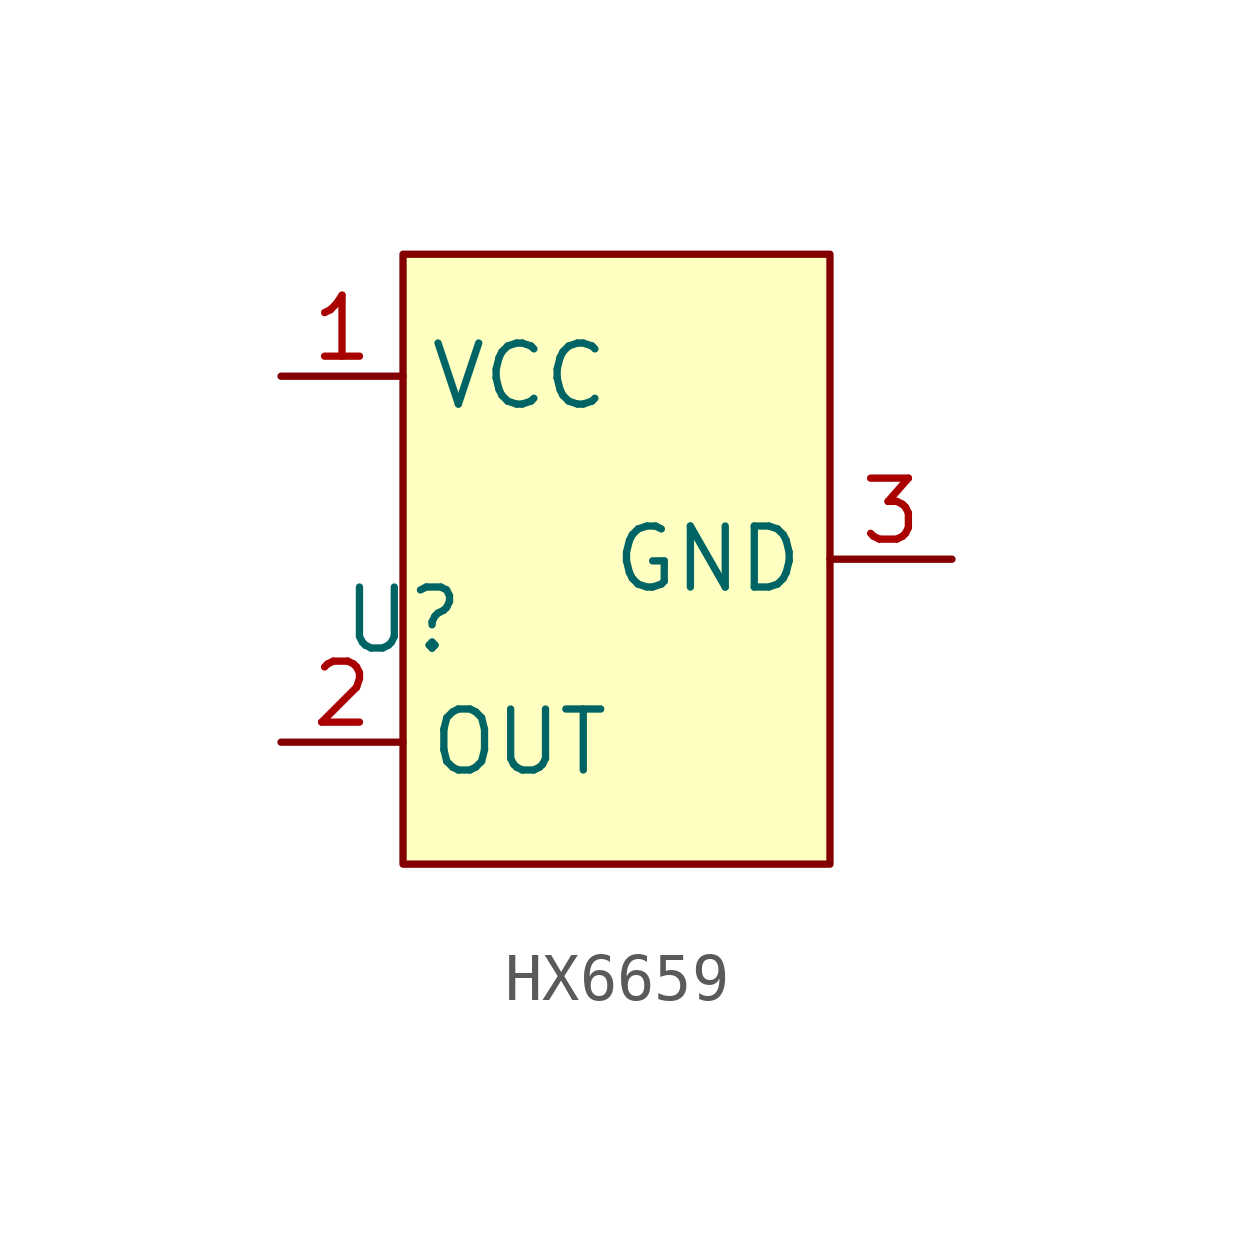
<source format=kicad_sym>
(kicad_symbol_lib
  (version 20241209)
  (generator "kicad_symbol_editor")
  (generator_version "9.0")
  (symbol "HX6659"
    (property "Reference" "U"
      (at 0 5.08 0)
      (effects (font (size 1.27 1.27))))
    (property "Value" ""
      (at 0 0 0)
      (effects (font (size 1.27 1.27))))
    (symbol "HX6659_1_1"
      (rectangle (start 0 12.7) (end 8.89 0) (stroke (width 0) (type solid)) (fill (type background)))
      (pin input line (at -2.54 10.16 0) (length 2.54) (name "VCC" (effects (font (size 1.27 1.27)))) (number "1" (effects (font (size 1.27 1.27)))))
      (pin output line (at -2.54 2.54 0) (length 2.54) (name "OUT" (effects (font (size 1.27 1.27)))) (number "2" (effects (font (size 1.27 1.27)))))
      (pin input line (at 11.43 6.35 180) (length 2.54) (name "GND" (effects (font (size 1.27 1.27)))) (number "3" (effects (font (size 1.27 1.27))))))))
</source>
